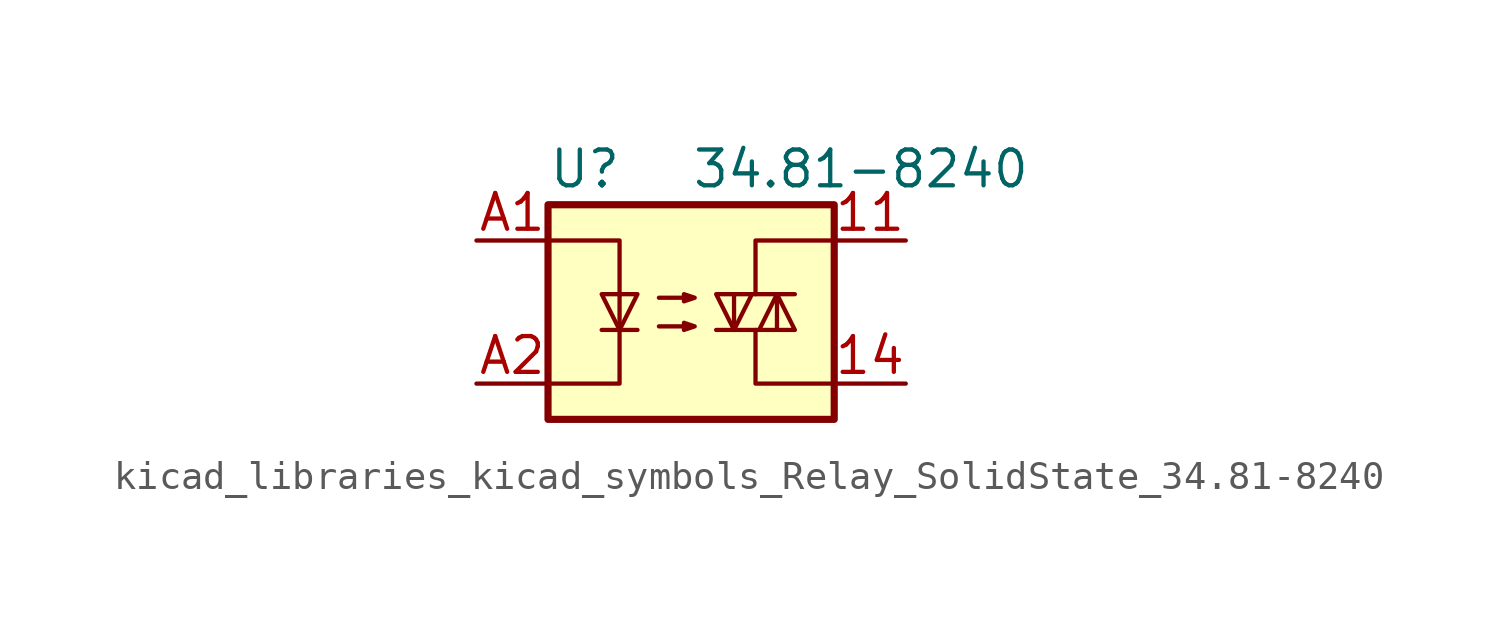
<source format=kicad_sym>
(kicad_symbol_lib
  (version 20220914)
  (generator kicad_symbol_editor)
  (symbol "kicad_libraries_kicad_symbols_Relay_SolidState_34.81-8240"
    (property "Reference" "U"
      (at -5.08 5.08 0)
      (effects (font (size 1.27 1.27)) (justify left)))
    (property "Value" "34.81-8240"
      (at 0 5.08 0)
      (effects (font (size 1.27 1.27)) (justify left)))
    (symbol "kicad_libraries_kicad_symbols_Relay_SolidState_34.81-8240_0_1"
      (rectangle (start -5.08 3.81) (end 5.08 -3.81) (stroke (width 0.254) (type default)) (fill (type background)))
      (polyline (pts (xy -3.175 -0.635) (xy -1.905 -0.635)) (stroke (width 0) (type default)) (fill (type none)))
      (polyline (pts (xy 1.524 -0.635) (xy 1.524 0.635)) (stroke (width 0) (type default)) (fill (type none)))
      (polyline (pts (xy 3.048 0.635) (xy 3.048 -0.635)) (stroke (width 0) (type default)) (fill (type none)))
      (polyline (pts (xy 2.286 -0.635) (xy 2.286 -2.54) (xy 5.08 -2.54)) (stroke (width 0) (type default)) (fill (type none)))
      (polyline (pts (xy 2.286 0.635) (xy 2.286 2.54) (xy 5.08 2.54)) (stroke (width 0) (type default)) (fill (type none)))
      (polyline (pts (xy -5.08 2.54) (xy -2.54 2.54) (xy -2.54 -2.54) (xy -5.08 -2.54)) (stroke (width 0) (type default)) (fill (type none)))
      (polyline (pts (xy -2.54 -0.635) (xy -3.175 0.635) (xy -1.905 0.635) (xy -2.54 -0.635)) (stroke (width 0) (type default)) (fill (type none)))
      (polyline (pts (xy 0.889 -0.635) (xy 3.683 -0.635) (xy 3.048 0.635) (xy 2.413 -0.635)) (stroke (width 0) (type default)) (fill (type none)))
      (polyline (pts (xy 3.683 0.635) (xy 0.889 0.635) (xy 1.524 -0.635) (xy 2.159 0.635)) (stroke (width 0) (type default)) (fill (type none)))
      (polyline (pts (xy -1.143 -0.508) (xy 0.127 -0.508) (xy -0.254 -0.635) (xy -0.254 -0.381) (xy 0.127 -0.508)) (stroke (width 0) (type default)) (fill (type none)))
      (polyline (pts (xy -1.143 0.508) (xy 0.127 0.508) (xy -0.254 0.381) (xy -0.254 0.635) (xy 0.127 0.508)) (stroke (width 0) (type default)) (fill (type none))))
    (symbol "kicad_libraries_kicad_symbols_Relay_SolidState_34.81-8240_1_1"
      (pin passive line (at 7.62 2.54 180) (length 2.54) (name "~" (effects (font (size 1.27 1.27)))) (number "11" (effects (font (size 1.27 1.27)))))
      (pin passive line (at 7.62 -2.54 180) (length 2.54) (name "~" (effects (font (size 1.27 1.27)))) (number "14" (effects (font (size 1.27 1.27)))))
      (pin passive line (at -7.62 2.54 0) (length 2.54) (name "~" (effects (font (size 1.27 1.27)))) (number "A1" (effects (font (size 1.27 1.27)))))
      (pin passive line (at -7.62 -2.54 0) (length 2.54) (name "~" (effects (font (size 1.27 1.27)))) (number "A2" (effects (font (size 1.27 1.27))))))))
</source>
